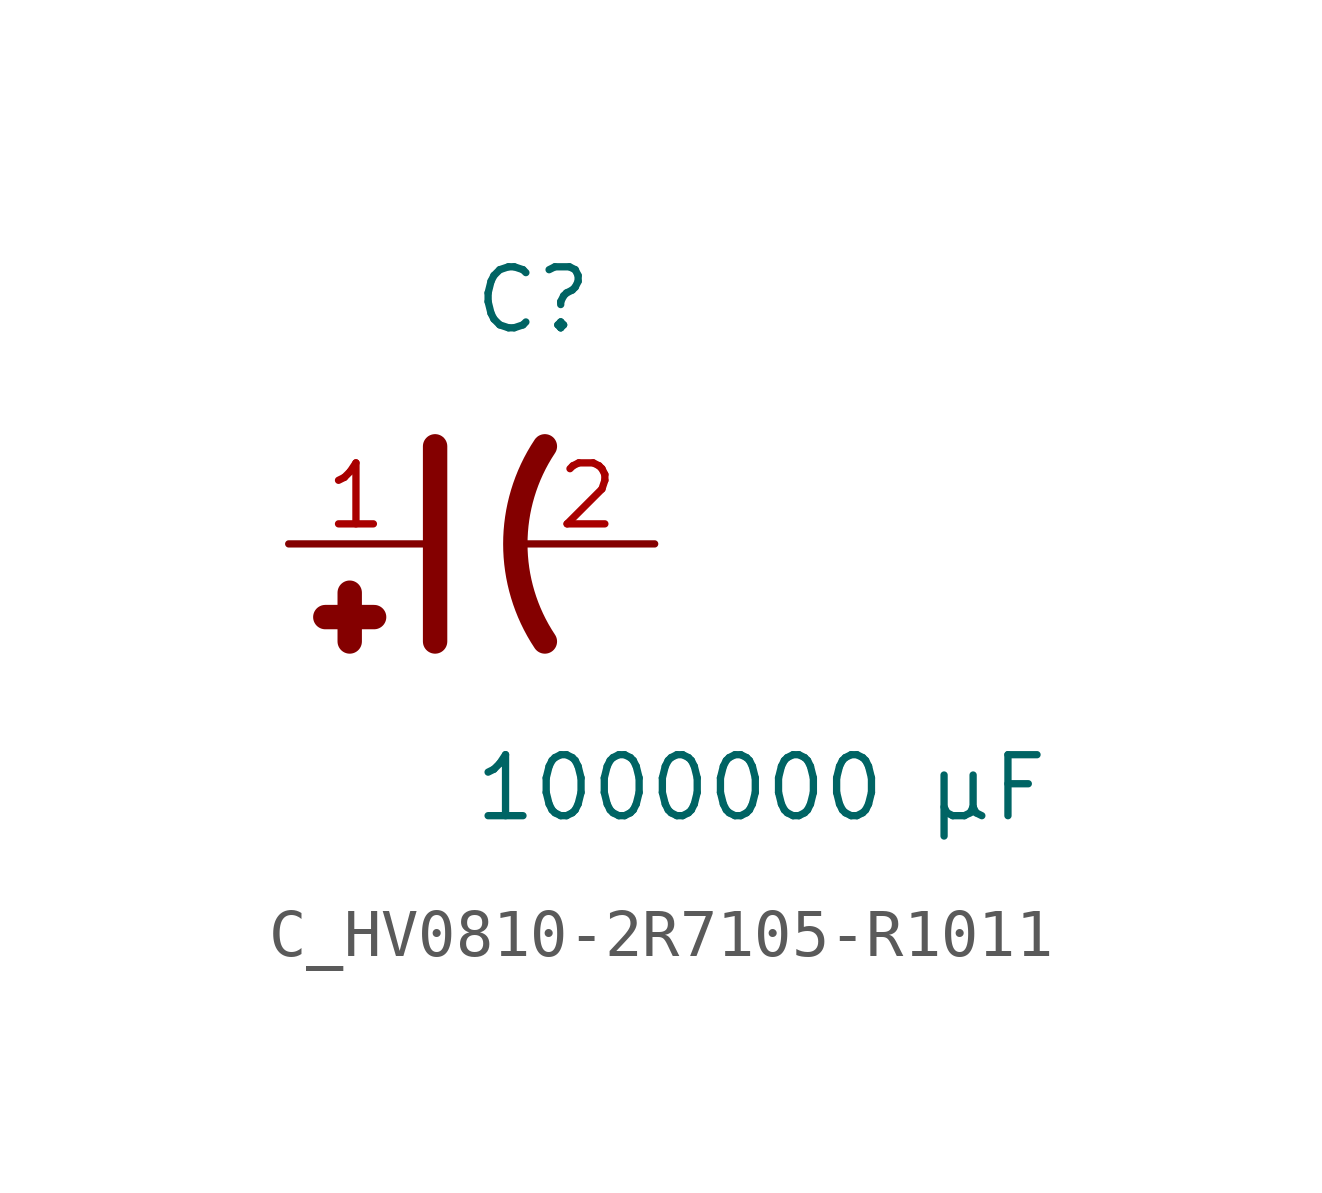
<source format=kicad_sym>
(kicad_symbol_lib
  (version 20231120)
  (generator kicad_symbol_editor)
  (generator_version 8.0)
  (symbol "C_HV0810-2R7105-R1011"
    (pin_names
      (offset 0.254))
    (property "Reference" "C"
      (at 0 5.08 0)
      (effects (font (size 1.27 1.27)) (justify left)))
    (property "Value" "1000000 µF"
      (at 0 -5.08 0)
      (effects (font (size 1.27 1.27)) (justify left)))
    (symbol "C_HV0810-2R7105-R1011_0_1"
      (polyline (pts (xy -0.762 -2.032) (xy -0.762 2.032)) (stroke (width 0.508) (type default)) (fill (type none)))
      (polyline (pts (xy -2.54 -1.016) (xy -2.54 -2.032)) (stroke (width 0.508) (type default)) (fill (type none)))
      (polyline (pts (xy -2.032 -1.524) (xy -3.048 -1.524)) (stroke (width 0.508) (type default)) (fill (type none)))
      (arc (start 1.524 2.032) (mid 0.9088 0) (end 1.524 -2.032) (stroke (width 0.508) (type default)) (fill (type none))))
    (pin passive line
      (at -3.81 0 0)
      (length 2.8)
      (name "" (effects (font (size 1.27 1.27))))
      (number "1" (effects (font (size 1.27 1.27)))))
    (pin passive line
      (at 3.81 0 180)
      (length 2.8)
      (name "" (effects (font (size 1.27 1.27))))
      (number "2" (effects (font (size 1.27 1.27)))))))
</source>
